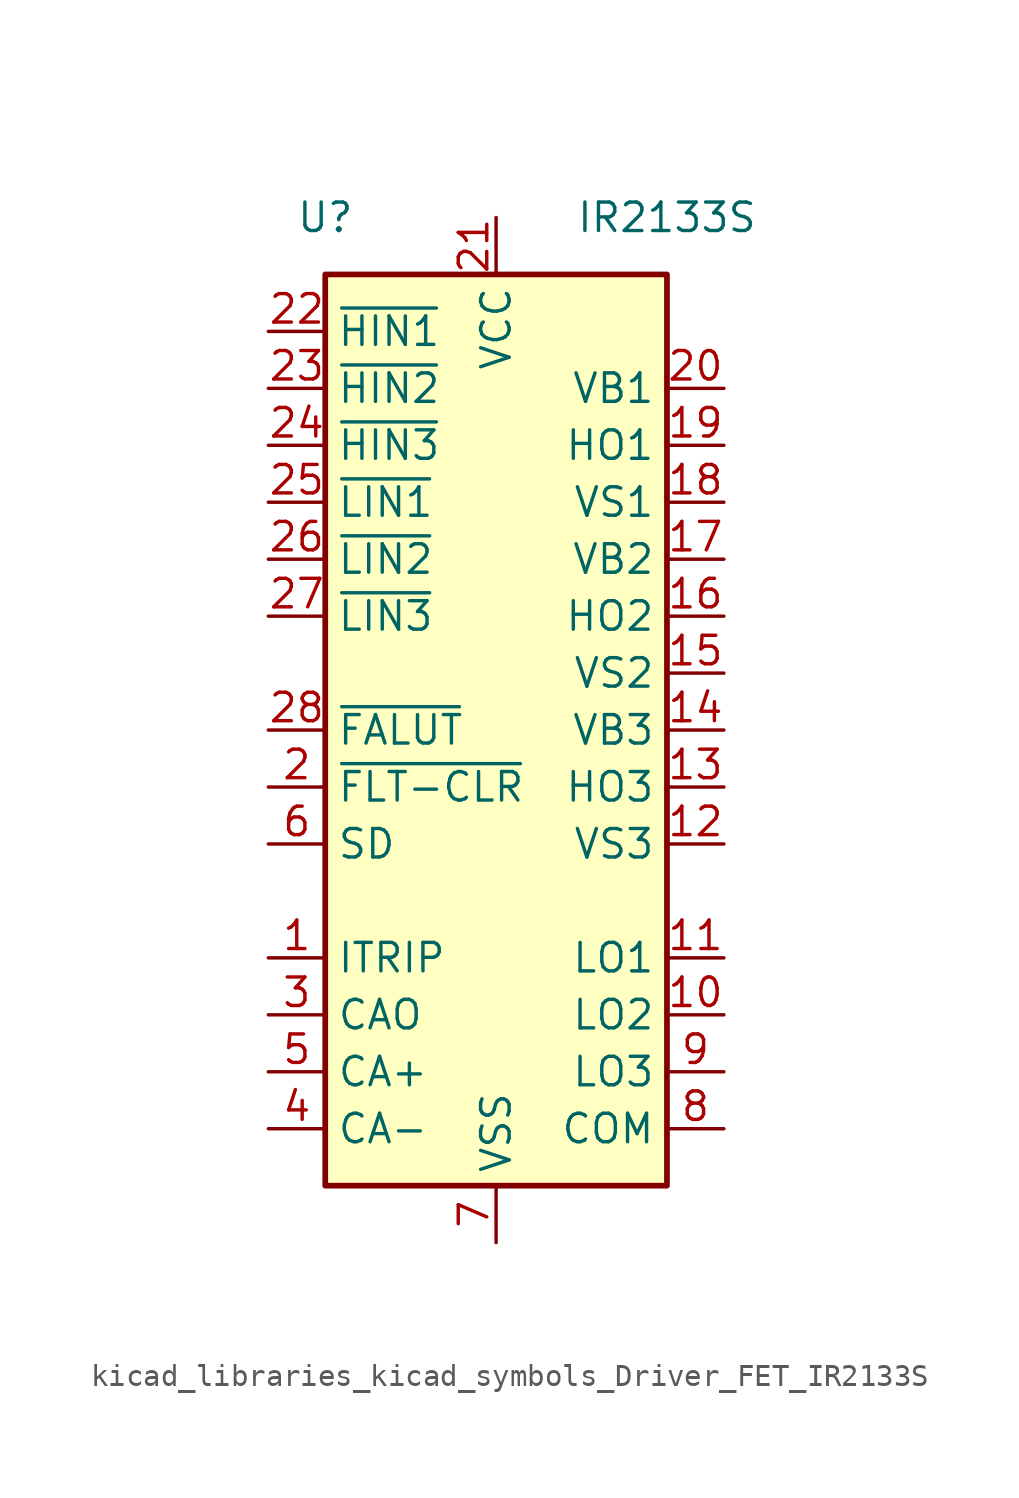
<source format=kicad_sym>
(kicad_symbol_lib
  (version 20220914)
  (generator kicad_symbol_editor)
  (symbol "kicad_libraries_kicad_symbols_Driver_FET_IR2133S"
    (property "Reference" "U"
      (at -7.62 22.86 0)
      (effects (font (size 1.27 1.27))))
    (property "Value" "IR2133S"
      (at 7.62 22.86 0)
      (effects (font (size 1.27 1.27))))
    (symbol "kicad_libraries_kicad_symbols_Driver_FET_IR2133S_1_1"
      (rectangle (start -7.62 -20.32) (end 7.62 20.32) (stroke (width 0.254) (type default)) (fill (type background)))
      (pin input line (at -10.16 -10.16 0) (length 2.54) (name "ITRIP" (effects (font (size 1.27 1.27)))) (number "1" (effects (font (size 1.27 1.27)))))
      (pin output line (at 10.16 -12.7 180) (length 2.54) (name "LO2" (effects (font (size 1.27 1.27)))) (number "10" (effects (font (size 1.27 1.27)))))
      (pin output line (at 10.16 -10.16 180) (length 2.54) (name "LO1" (effects (font (size 1.27 1.27)))) (number "11" (effects (font (size 1.27 1.27)))))
      (pin passive line (at 10.16 -5.08 180) (length 2.54) (name "VS3" (effects (font (size 1.27 1.27)))) (number "12" (effects (font (size 1.27 1.27)))))
      (pin output line (at 10.16 -2.54 180) (length 2.54) (name "HO3" (effects (font (size 1.27 1.27)))) (number "13" (effects (font (size 1.27 1.27)))))
      (pin passive line (at 10.16 0 180) (length 2.54) (name "VB3" (effects (font (size 1.27 1.27)))) (number "14" (effects (font (size 1.27 1.27)))))
      (pin passive line (at 10.16 2.54 180) (length 2.54) (name "VS2" (effects (font (size 1.27 1.27)))) (number "15" (effects (font (size 1.27 1.27)))))
      (pin output line (at 10.16 5.08 180) (length 2.54) (name "HO2" (effects (font (size 1.27 1.27)))) (number "16" (effects (font (size 1.27 1.27)))))
      (pin passive line (at 10.16 7.62 180) (length 2.54) (name "VB2" (effects (font (size 1.27 1.27)))) (number "17" (effects (font (size 1.27 1.27)))))
      (pin passive line (at 10.16 10.16 180) (length 2.54) (name "VS1" (effects (font (size 1.27 1.27)))) (number "18" (effects (font (size 1.27 1.27)))))
      (pin output line (at 10.16 12.7 180) (length 2.54) (name "HO1" (effects (font (size 1.27 1.27)))) (number "19" (effects (font (size 1.27 1.27)))))
      (pin input line (at -10.16 -2.54 0) (length 2.54) (name "~{FLT-CLR}" (effects (font (size 1.27 1.27)))) (number "2" (effects (font (size 1.27 1.27)))))
      (pin passive line (at 10.16 15.24 180) (length 2.54) (name "VB1" (effects (font (size 1.27 1.27)))) (number "20" (effects (font (size 1.27 1.27)))))
      (pin power_in line (at 0 22.86 270) (length 2.54) (name "VCC" (effects (font (size 1.27 1.27)))) (number "21" (effects (font (size 1.27 1.27)))))
      (pin input line (at -10.16 17.78 0) (length 2.54) (name "~{HIN1}" (effects (font (size 1.27 1.27)))) (number "22" (effects (font (size 1.27 1.27)))))
      (pin input line (at -10.16 15.24 0) (length 2.54) (name "~{HIN2}" (effects (font (size 1.27 1.27)))) (number "23" (effects (font (size 1.27 1.27)))))
      (pin input line (at -10.16 12.7 0) (length 2.54) (name "~{HIN3}" (effects (font (size 1.27 1.27)))) (number "24" (effects (font (size 1.27 1.27)))))
      (pin input line (at -10.16 10.16 0) (length 2.54) (name "~{LIN1}" (effects (font (size 1.27 1.27)))) (number "25" (effects (font (size 1.27 1.27)))))
      (pin input line (at -10.16 7.62 0) (length 2.54) (name "~{LIN2}" (effects (font (size 1.27 1.27)))) (number "26" (effects (font (size 1.27 1.27)))))
      (pin input line (at -10.16 5.08 0) (length 2.54) (name "~{LIN3}" (effects (font (size 1.27 1.27)))) (number "27" (effects (font (size 1.27 1.27)))))
      (pin output line (at -10.16 0 0) (length 2.54) (name "~{FALUT}" (effects (font (size 1.27 1.27)))) (number "28" (effects (font (size 1.27 1.27)))))
      (pin output line (at -10.16 -12.7 0) (length 2.54) (name "CAO" (effects (font (size 1.27 1.27)))) (number "3" (effects (font (size 1.27 1.27)))))
      (pin input line (at -10.16 -17.78 0) (length 2.54) (name "CA-" (effects (font (size 1.27 1.27)))) (number "4" (effects (font (size 1.27 1.27)))))
      (pin input line (at -10.16 -15.24 0) (length 2.54) (name "CA+" (effects (font (size 1.27 1.27)))) (number "5" (effects (font (size 1.27 1.27)))))
      (pin input line (at -10.16 -5.08 0) (length 2.54) (name "SD" (effects (font (size 1.27 1.27)))) (number "6" (effects (font (size 1.27 1.27)))))
      (pin power_in line (at 0 -22.86 90) (length 2.54) (name "VSS" (effects (font (size 1.27 1.27)))) (number "7" (effects (font (size 1.27 1.27)))))
      (pin passive line (at 10.16 -17.78 180) (length 2.54) (name "COM" (effects (font (size 1.27 1.27)))) (number "8" (effects (font (size 1.27 1.27)))))
      (pin output line (at 10.16 -15.24 180) (length 2.54) (name "LO3" (effects (font (size 1.27 1.27)))) (number "9" (effects (font (size 1.27 1.27))))))))
</source>
